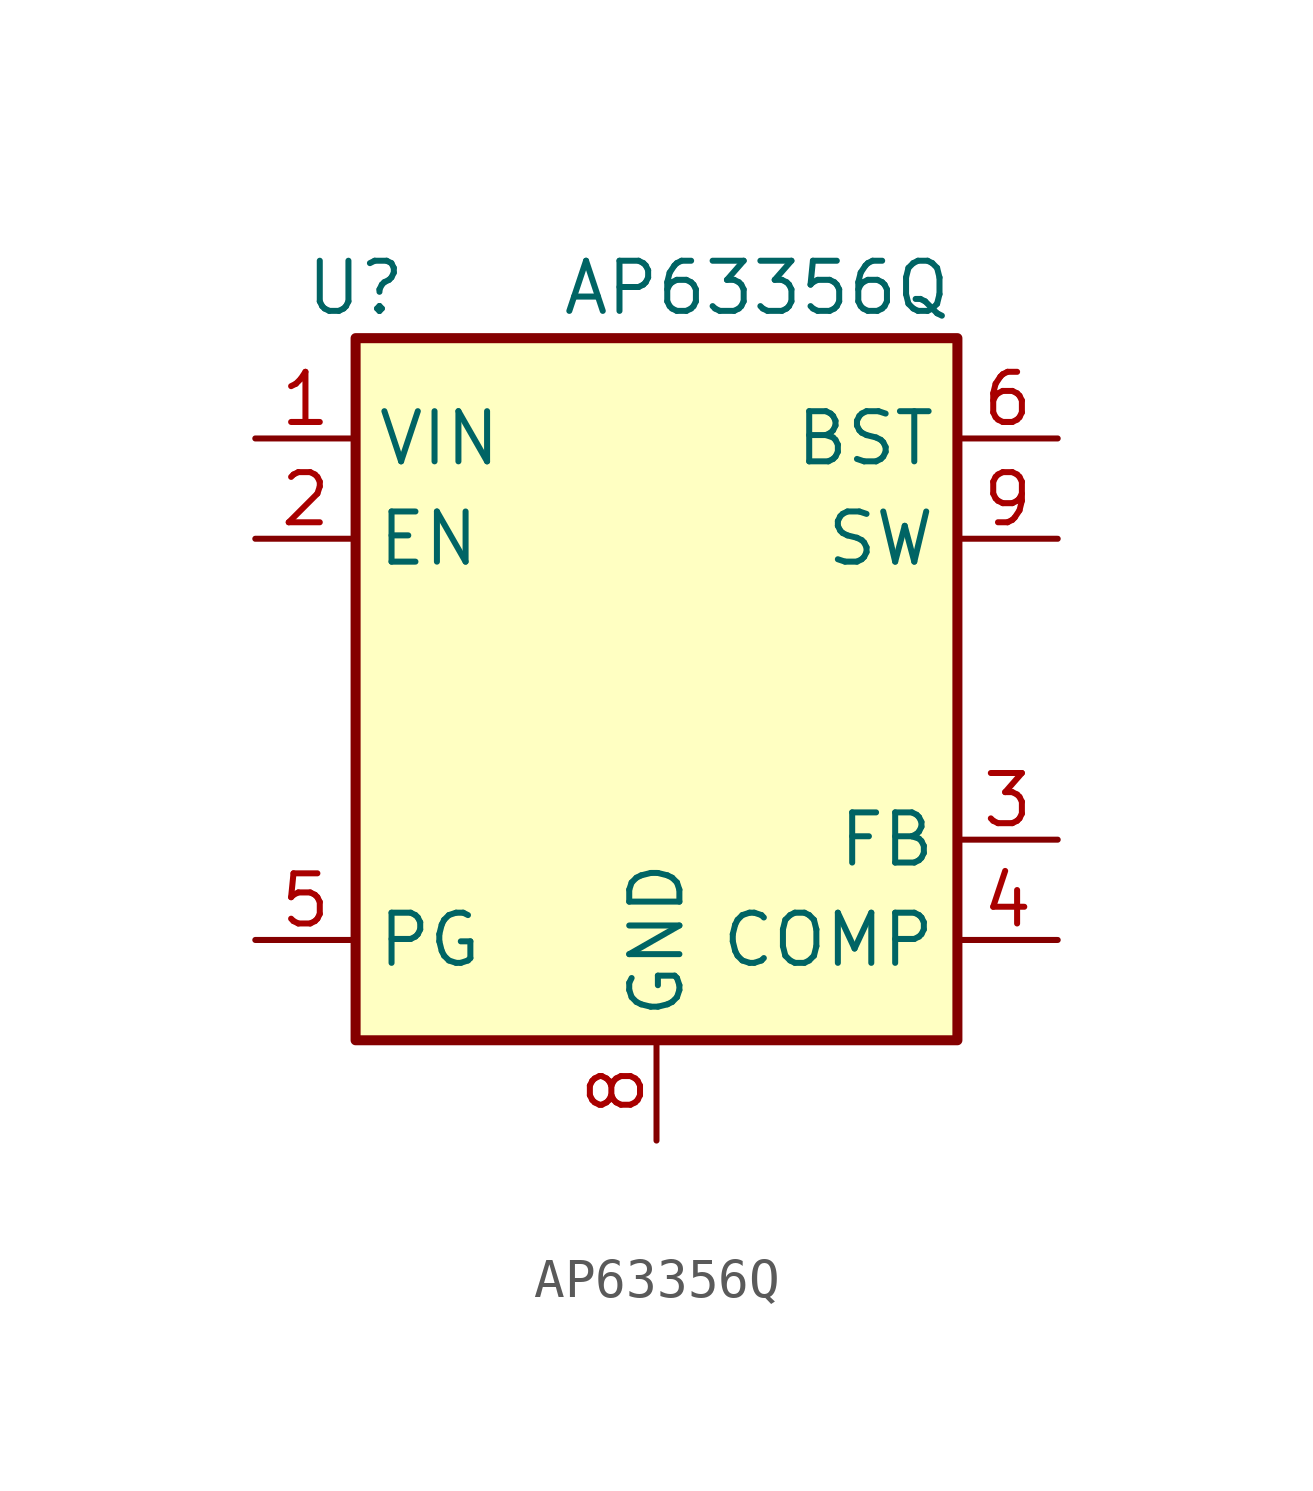
<source format=kicad_sym>
(kicad_symbol_lib
  (version 20220914)
  (generator kicad_symbol_editor)
  (symbol "AP63356Q"
    (property "Reference" "U"
      (at -7.62 6.35 0)
      (effects (font (size 1.27 1.27))))
    (property "Value" "AP63356Q"
      (at 2.54 6.35 0)
      (effects (font (size 1.27 1.27))))
    (symbol "AP63356Q_0_1"
      (rectangle (start -7.62 5.08) (end 7.62 -12.7) (stroke (width 0.254) (type default)) (fill (type background))))
    (symbol "AP63356Q_1_0"
      (pin input line (at 10.16 -10.16 180) (length 2.54) (name "COMP" (effects (font (size 1.27 1.27)))) (number "4" (effects (font (size 1.27 1.27)))))
      (pin output line (at -10.16 -10.16 0) (length 2.54) (name "PG" (effects (font (size 1.27 1.27)))) (number "5" (effects (font (size 1.27 1.27)))))
      (pin free line (at 10.16 -3.81 180) (length 2.54) hide (name "NC" (effects (font (size 1.27 1.27)))) (number "7" (effects (font (size 1.27 1.27))))))
    (symbol "AP63356Q_1_1"
      (pin power_in line (at -10.16 2.54 0) (length 2.54) (name "VIN" (effects (font (size 1.27 1.27)))) (number "1" (effects (font (size 1.27 1.27)))))
      (pin input line (at -10.16 0 0) (length 2.54) (name "EN" (effects (font (size 1.27 1.27)))) (number "2" (effects (font (size 1.27 1.27)))))
      (pin input line (at 10.16 -7.62 180) (length 2.54) (name "FB" (effects (font (size 1.27 1.27)))) (number "3" (effects (font (size 1.27 1.27)))))
      (pin passive line (at 10.16 2.54 180) (length 2.54) (name "BST" (effects (font (size 1.27 1.27)))) (number "6" (effects (font (size 1.27 1.27)))))
      (pin power_in line (at 0 -15.24 90) (length 2.54) (name "GND" (effects (font (size 1.27 1.27)))) (number "8" (effects (font (size 1.27 1.27)))))
      (pin output line (at 10.16 0 180) (length 2.54) (name "SW" (effects (font (size 1.27 1.27)))) (number "9" (effects (font (size 1.27 1.27))))))))
</source>
